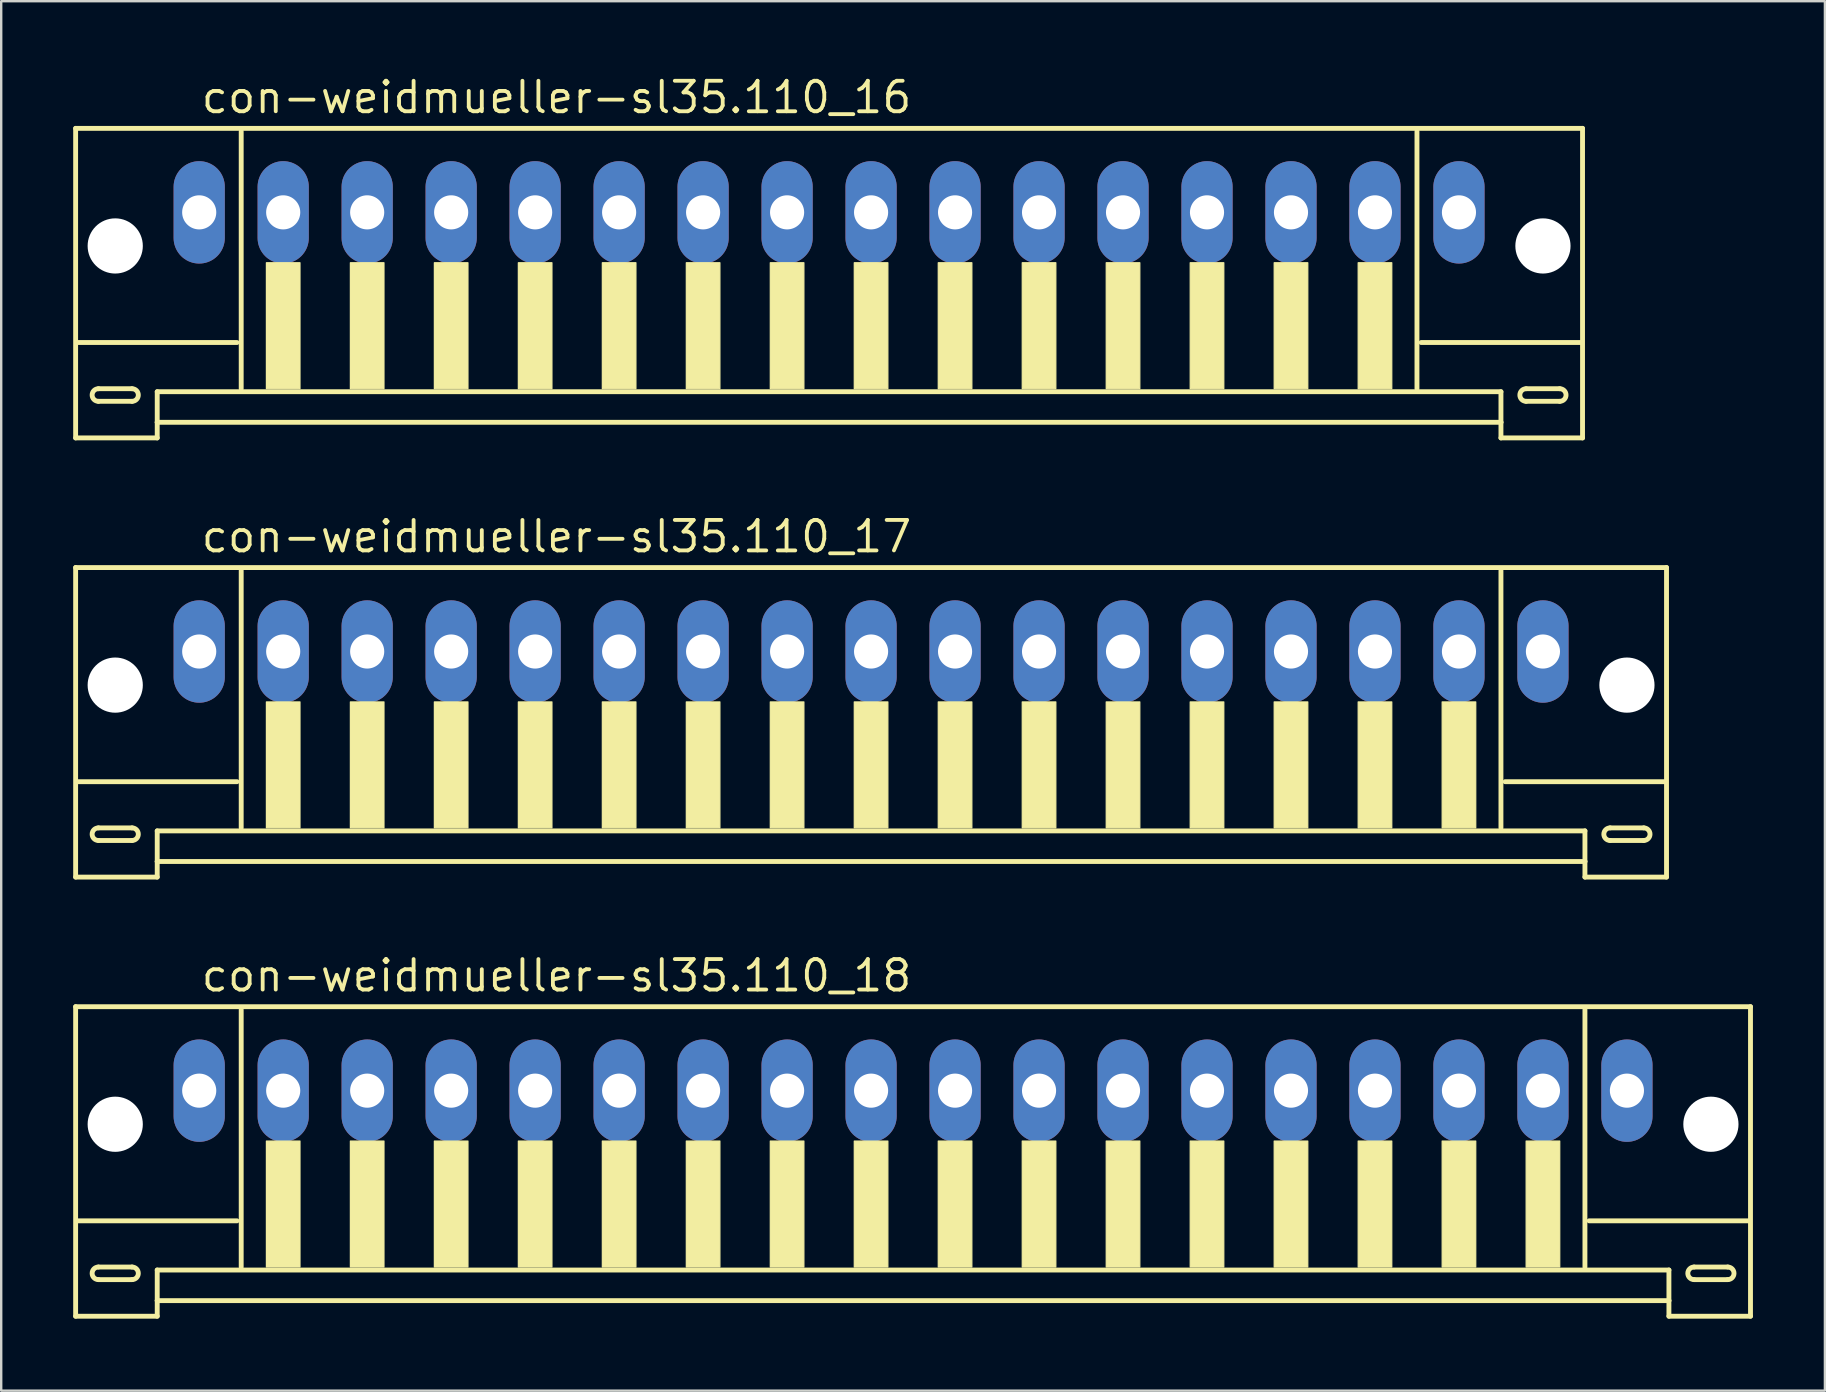
<source format=kicad_pcb>
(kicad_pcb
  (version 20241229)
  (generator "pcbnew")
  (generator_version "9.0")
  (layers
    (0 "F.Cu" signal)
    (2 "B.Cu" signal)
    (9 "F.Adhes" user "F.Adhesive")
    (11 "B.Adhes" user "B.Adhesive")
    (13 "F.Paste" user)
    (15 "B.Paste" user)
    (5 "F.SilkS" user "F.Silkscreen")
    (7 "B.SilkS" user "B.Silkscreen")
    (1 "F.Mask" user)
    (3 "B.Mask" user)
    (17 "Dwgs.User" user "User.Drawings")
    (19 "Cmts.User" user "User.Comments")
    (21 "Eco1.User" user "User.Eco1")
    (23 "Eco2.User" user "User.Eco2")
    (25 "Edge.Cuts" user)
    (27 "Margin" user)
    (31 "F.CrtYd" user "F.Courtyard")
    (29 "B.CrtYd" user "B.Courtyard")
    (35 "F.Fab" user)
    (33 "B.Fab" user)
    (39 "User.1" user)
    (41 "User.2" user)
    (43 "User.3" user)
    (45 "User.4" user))
  (footprint "con-weidmueller-sl35.110_18"
    (layer "F.Cu")
    (at 35.002 44.153)
    (property "Reference" "con-weidmueller-sl35.110_18" (at -29.75 -5.8 0) (layer "F.SilkS") (effects (font (size 1.27 1.27) (thickness 0.16)) (justify left bottom)))
    (attr through_hole)
    (fp_line (start -34.9 -5.25) (end -34.9 7.65) (stroke (width 0.203) (type default)) (layer "F.SilkS"))
    (fp_line (start -34.9 7.65) (end -31.5 7.65) (stroke (width 0.203) (type default)) (layer "F.SilkS"))
    (fp_line (start -33.95 5.6) (end -32.55 5.6) (stroke (width 0.203) (type default)) (layer "F.SilkS"))
    (fp_line (start -32.55 6.125) (end -33.95 6.125) (stroke (width 0.203) (type default)) (layer "F.SilkS"))
    (fp_line (start -31.5 5.725) (end 31.5 5.725) (stroke (width 0.203) (type default)) (layer "F.SilkS"))
    (fp_line (start -31.5 7) (end -31.5 5.725) (stroke (width 0.203) (type default)) (layer "F.SilkS"))
    (fp_line (start -31.5 7) (end 31.5 7) (stroke (width 0.203) (type default)) (layer "F.SilkS"))
    (fp_line (start -31.5 7.65) (end -31.5 7) (stroke (width 0.203) (type default)) (layer "F.SilkS"))
    (fp_line (start -28.175 3.675) (end -34.825 3.675) (stroke (width 0.203) (type default)) (layer "F.SilkS"))
    (fp_line (start -28 -5.125) (end -28 5.6) (stroke (width 0.203) (type default)) (layer "F.SilkS"))
    (fp_line (start 28 5.6) (end 28 -5.125) (stroke (width 0.203) (type default)) (layer "F.SilkS"))
    (fp_line (start 31.5 5.725) (end 31.5 7) (stroke (width 0.203) (type default)) (layer "F.SilkS"))
    (fp_line (start 31.5 7) (end 31.5 7.65) (stroke (width 0.203) (type default)) (layer "F.SilkS"))
    (fp_line (start 31.5 7.65) (end 34.9 7.65) (stroke (width 0.203) (type default)) (layer "F.SilkS"))
    (fp_line (start 32.55 5.6) (end 33.95 5.6) (stroke (width 0.203) (type default)) (layer "F.SilkS"))
    (fp_line (start 33.95 6.125) (end 32.55 6.125) (stroke (width 0.203) (type default)) (layer "F.SilkS"))
    (fp_line (start 34.825 3.675) (end 28.175 3.675) (stroke (width 0.203) (type default)) (layer "F.SilkS"))
    (fp_line (start 34.9 -5.25) (end -34.9 -5.25) (stroke (width 0.203) (type default)) (layer "F.SilkS"))
    (fp_line (start 34.9 7.65) (end 34.9 -5.25) (stroke (width 0.203) (type default)) (layer "F.SilkS"))
    (fp_rect (start -26.95 5.6) (end -25.55 0.35) (stroke (width 0.05) (type default)) (fill yes) (layer "F.SilkS"))
    (fp_rect (start -23.45 5.6) (end -22.05 0.35) (stroke (width 0.05) (type default)) (fill yes) (layer "F.SilkS"))
    (fp_rect (start -19.95 5.6) (end -18.55 0.35) (stroke (width 0.05) (type default)) (fill yes) (layer "F.SilkS"))
    (fp_rect (start -16.45 5.6) (end -15.05 0.35) (stroke (width 0.05) (type default)) (fill yes) (layer "F.SilkS"))
    (fp_rect (start -12.95 5.6) (end -11.55 0.35) (stroke (width 0.05) (type default)) (fill yes) (layer "F.SilkS"))
    (fp_rect (start -9.45 5.6) (end -8.05 0.35) (stroke (width 0.05) (type default)) (fill yes) (layer "F.SilkS"))
    (fp_rect (start -5.95 5.6) (end -4.55 0.35) (stroke (width 0.05) (type default)) (fill yes) (layer "F.SilkS"))
    (fp_rect (start -2.45 5.6) (end -1.05 0.35) (stroke (width 0.05) (type default)) (fill yes) (layer "F.SilkS"))
    (fp_rect (start 1.05 5.6) (end 2.45 0.35) (stroke (width 0.05) (type default)) (fill yes) (layer "F.SilkS"))
    (fp_rect (start 4.55 5.6) (end 5.95 0.35) (stroke (width 0.05) (type default)) (fill yes) (layer "F.SilkS"))
    (fp_rect (start 8.05 5.6) (end 9.45 0.35) (stroke (width 0.05) (type default)) (fill yes) (layer "F.SilkS"))
    (fp_rect (start 11.55 5.6) (end 12.95 0.35) (stroke (width 0.05) (type default)) (fill yes) (layer "F.SilkS"))
    (fp_rect (start 15.05 5.6) (end 16.45 0.35) (stroke (width 0.05) (type default)) (fill yes) (layer "F.SilkS"))
    (fp_rect (start 18.55 5.6) (end 19.95 0.35) (stroke (width 0.05) (type default)) (fill yes) (layer "F.SilkS"))
    (fp_rect (start 22.05 5.6) (end 23.45 0.35) (stroke (width 0.05) (type default)) (fill yes) (layer "F.SilkS"))
    (fp_rect (start 25.55 5.6) (end 26.95 0.35) (stroke (width 0.05) (type default)) (fill yes) (layer "F.SilkS"))
    (fp_arc (start -33.95 6.125) (mid -34.2125 5.8625) (end -33.95 5.6) (stroke (width 0.2032) (type default)) (layer "F.SilkS"))
    (fp_arc (start -32.55 5.6) (mid -32.2875 5.8625) (end -32.55 6.125) (stroke (width 0.2032) (type default)) (layer "F.SilkS"))
    (fp_arc (start 32.55 6.125) (mid 32.2875 5.8625) (end 32.55 5.6) (stroke (width 0.2032) (type default)) (layer "F.SilkS"))
    (fp_arc (start 33.95 5.6) (mid 34.2125 5.8625) (end 33.95 6.125) (stroke (width 0.2032) (type default)) (layer "F.SilkS"))
    (pad "" np_thru_hole circle (at -33.25 -0.35) (size 2.3 2.3) (drill 2.3) (layers "*.Cu" "*.Mask"))
    (pad "" np_thru_hole circle (at 33.25 -0.35) (size 2.3 2.3) (drill 2.3) (layers "*.Cu" "*.Mask"))
    (pad "1" thru_hole oval (at -29.75 -1.75 90) (size 4.267 2.134) (drill 1.422) (layers "*.Cu" "*.Mask"))
    (pad "2" thru_hole oval (at -26.25 -1.75 90) (size 4.267 2.134) (drill 1.422) (layers "*.Cu" "*.Mask"))
    (pad "3" thru_hole oval (at -22.75 -1.75 90) (size 4.267 2.134) (drill 1.422) (layers "*.Cu" "*.Mask"))
    (pad "4" thru_hole oval (at -19.25 -1.75 90) (size 4.267 2.134) (drill 1.422) (layers "*.Cu" "*.Mask"))
    (pad "5" thru_hole oval (at -15.75 -1.75 90) (size 4.267 2.134) (drill 1.422) (layers "*.Cu" "*.Mask"))
    (pad "6" thru_hole oval (at -12.25 -1.75 90) (size 4.267 2.134) (drill 1.422) (layers "*.Cu" "*.Mask"))
    (pad "7" thru_hole oval (at -8.75 -1.75 90) (size 4.267 2.134) (drill 1.422) (layers "*.Cu" "*.Mask"))
    (pad "8" thru_hole oval (at -5.25 -1.75 90) (size 4.267 2.134) (drill 1.422) (layers "*.Cu" "*.Mask"))
    (pad "9" thru_hole oval (at -1.75 -1.75 90) (size 4.267 2.134) (drill 1.422) (layers "*.Cu" "*.Mask"))
    (pad "10" thru_hole oval (at 1.75 -1.75 90) (size 4.267 2.134) (drill 1.422) (layers "*.Cu" "*.Mask"))
    (pad "11" thru_hole oval (at 5.25 -1.75 90) (size 4.267 2.134) (drill 1.422) (layers "*.Cu" "*.Mask"))
    (pad "12" thru_hole oval (at 8.75 -1.75 90) (size 4.267 2.134) (drill 1.422) (layers "*.Cu" "*.Mask"))
    (pad "13" thru_hole oval (at 12.25 -1.75 90) (size 4.267 2.134) (drill 1.422) (layers "*.Cu" "*.Mask"))
    (pad "14" thru_hole oval (at 15.75 -1.75 90) (size 4.267 2.134) (drill 1.422) (layers "*.Cu" "*.Mask"))
    (pad "15" thru_hole oval (at 19.25 -1.75 90) (size 4.267 2.134) (drill 1.422) (layers "*.Cu" "*.Mask"))
    (pad "16" thru_hole oval (at 22.75 -1.75 90) (size 4.267 2.134) (drill 1.422) (layers "*.Cu" "*.Mask"))
    (pad "17" thru_hole oval (at 26.25 -1.75 90) (size 4.267 2.134) (drill 1.422) (layers "*.Cu" "*.Mask"))
    (pad "18" thru_hole oval (at 29.75 -1.75 90) (size 4.267 2.134) (drill 1.422) (layers "*.Cu" "*.Mask")))
  (footprint "con-weidmueller-sl35.110_16"
    (layer "F.Cu")
    (at 31.502 7.55)
    (property "Reference" "con-weidmueller-sl35.110_16" (at -26.25 -5.8 0) (layer "F.SilkS") (effects (font (size 1.27 1.27) (thickness 0.16)) (justify left bottom)))
    (attr through_hole)
    (fp_line (start -31.4 -5.25) (end -31.4 7.65) (stroke (width 0.203) (type default)) (layer "F.SilkS"))
    (fp_line (start -31.4 7.65) (end -28 7.65) (stroke (width 0.203) (type default)) (layer "F.SilkS"))
    (fp_line (start -30.45 5.6) (end -29.05 5.6) (stroke (width 0.203) (type default)) (layer "F.SilkS"))
    (fp_line (start -29.05 6.125) (end -30.45 6.125) (stroke (width 0.203) (type default)) (layer "F.SilkS"))
    (fp_line (start -28 5.725) (end 28 5.725) (stroke (width 0.203) (type default)) (layer "F.SilkS"))
    (fp_line (start -28 7) (end -28 5.725) (stroke (width 0.203) (type default)) (layer "F.SilkS"))
    (fp_line (start -28 7) (end 28 7) (stroke (width 0.203) (type default)) (layer "F.SilkS"))
    (fp_line (start -28 7.65) (end -28 7) (stroke (width 0.203) (type default)) (layer "F.SilkS"))
    (fp_line (start -24.675 3.675) (end -31.325 3.675) (stroke (width 0.203) (type default)) (layer "F.SilkS"))
    (fp_line (start -24.5 -5.125) (end -24.5 5.6) (stroke (width 0.203) (type default)) (layer "F.SilkS"))
    (fp_line (start 24.5 5.6) (end 24.5 -5.125) (stroke (width 0.203) (type default)) (layer "F.SilkS"))
    (fp_line (start 28 5.725) (end 28 7) (stroke (width 0.203) (type default)) (layer "F.SilkS"))
    (fp_line (start 28 7) (end 28 7.65) (stroke (width 0.203) (type default)) (layer "F.SilkS"))
    (fp_line (start 28 7.65) (end 31.4 7.65) (stroke (width 0.203) (type default)) (layer "F.SilkS"))
    (fp_line (start 29.05 5.6) (end 30.45 5.6) (stroke (width 0.203) (type default)) (layer "F.SilkS"))
    (fp_line (start 30.45 6.125) (end 29.05 6.125) (stroke (width 0.203) (type default)) (layer "F.SilkS"))
    (fp_line (start 31.325 3.675) (end 24.675 3.675) (stroke (width 0.203) (type default)) (layer "F.SilkS"))
    (fp_line (start 31.4 -5.25) (end -31.4 -5.25) (stroke (width 0.203) (type default)) (layer "F.SilkS"))
    (fp_line (start 31.4 7.65) (end 31.4 -5.25) (stroke (width 0.203) (type default)) (layer "F.SilkS"))
    (fp_rect (start -23.45 5.6) (end -22.05 0.35) (stroke (width 0.05) (type default)) (fill yes) (layer "F.SilkS"))
    (fp_rect (start -19.95 5.6) (end -18.55 0.35) (stroke (width 0.05) (type default)) (fill yes) (layer "F.SilkS"))
    (fp_rect (start -16.45 5.6) (end -15.05 0.35) (stroke (width 0.05) (type default)) (fill yes) (layer "F.SilkS"))
    (fp_rect (start -12.95 5.6) (end -11.55 0.35) (stroke (width 0.05) (type default)) (fill yes) (layer "F.SilkS"))
    (fp_rect (start -9.45 5.6) (end -8.05 0.35) (stroke (width 0.05) (type default)) (fill yes) (layer "F.SilkS"))
    (fp_rect (start -5.95 5.6) (end -4.55 0.35) (stroke (width 0.05) (type default)) (fill yes) (layer "F.SilkS"))
    (fp_rect (start -2.45 5.6) (end -1.05 0.35) (stroke (width 0.05) (type default)) (fill yes) (layer "F.SilkS"))
    (fp_rect (start 1.05 5.6) (end 2.45 0.35) (stroke (width 0.05) (type default)) (fill yes) (layer "F.SilkS"))
    (fp_rect (start 4.55 5.6) (end 5.95 0.35) (stroke (width 0.05) (type default)) (fill yes) (layer "F.SilkS"))
    (fp_rect (start 8.05 5.6) (end 9.45 0.35) (stroke (width 0.05) (type default)) (fill yes) (layer "F.SilkS"))
    (fp_rect (start 11.55 5.6) (end 12.95 0.35) (stroke (width 0.05) (type default)) (fill yes) (layer "F.SilkS"))
    (fp_rect (start 15.05 5.6) (end 16.45 0.35) (stroke (width 0.05) (type default)) (fill yes) (layer "F.SilkS"))
    (fp_rect (start 18.55 5.6) (end 19.95 0.35) (stroke (width 0.05) (type default)) (fill yes) (layer "F.SilkS"))
    (fp_rect (start 22.05 5.6) (end 23.45 0.35) (stroke (width 0.05) (type default)) (fill yes) (layer "F.SilkS"))
    (fp_arc (start -30.45 6.125) (mid -30.7125 5.8625) (end -30.45 5.6) (stroke (width 0.2032) (type default)) (layer "F.SilkS"))
    (fp_arc (start -29.05 5.6) (mid -28.7875 5.8625) (end -29.05 6.125) (stroke (width 0.2032) (type default)) (layer "F.SilkS"))
    (fp_arc (start 29.05 6.125) (mid 28.7875 5.8625) (end 29.05 5.6) (stroke (width 0.2032) (type default)) (layer "F.SilkS"))
    (fp_arc (start 30.45 5.6) (mid 30.7125 5.8625) (end 30.45 6.125) (stroke (width 0.2032) (type default)) (layer "F.SilkS"))
    (pad "" np_thru_hole circle (at -29.75 -0.35) (size 2.3 2.3) (drill 2.3) (layers "*.Cu" "*.Mask"))
    (pad "" np_thru_hole circle (at 29.75 -0.35) (size 2.3 2.3) (drill 2.3) (layers "*.Cu" "*.Mask"))
    (pad "1" thru_hole oval (at -26.25 -1.75 90) (size 4.267 2.134) (drill 1.422) (layers "*.Cu" "*.Mask"))
    (pad "2" thru_hole oval (at -22.75 -1.75 90) (size 4.267 2.134) (drill 1.422) (layers "*.Cu" "*.Mask"))
    (pad "3" thru_hole oval (at -19.25 -1.75 90) (size 4.267 2.134) (drill 1.422) (layers "*.Cu" "*.Mask"))
    (pad "4" thru_hole oval (at -15.75 -1.75 90) (size 4.267 2.134) (drill 1.422) (layers "*.Cu" "*.Mask"))
    (pad "5" thru_hole oval (at -12.25 -1.75 90) (size 4.267 2.134) (drill 1.422) (layers "*.Cu" "*.Mask"))
    (pad "6" thru_hole oval (at -8.75 -1.75 90) (size 4.267 2.134) (drill 1.422) (layers "*.Cu" "*.Mask"))
    (pad "7" thru_hole oval (at -5.25 -1.75 90) (size 4.267 2.134) (drill 1.422) (layers "*.Cu" "*.Mask"))
    (pad "8" thru_hole oval (at -1.75 -1.75 90) (size 4.267 2.134) (drill 1.422) (layers "*.Cu" "*.Mask"))
    (pad "9" thru_hole oval (at 1.75 -1.75 90) (size 4.267 2.134) (drill 1.422) (layers "*.Cu" "*.Mask"))
    (pad "10" thru_hole oval (at 5.25 -1.75 90) (size 4.267 2.134) (drill 1.422) (layers "*.Cu" "*.Mask"))
    (pad "11" thru_hole oval (at 8.75 -1.75 90) (size 4.267 2.134) (drill 1.422) (layers "*.Cu" "*.Mask"))
    (pad "12" thru_hole oval (at 12.25 -1.75 90) (size 4.267 2.134) (drill 1.422) (layers "*.Cu" "*.Mask"))
    (pad "13" thru_hole oval (at 15.75 -1.75 90) (size 4.267 2.134) (drill 1.422) (layers "*.Cu" "*.Mask"))
    (pad "14" thru_hole oval (at 19.25 -1.75 90) (size 4.267 2.134) (drill 1.422) (layers "*.Cu" "*.Mask"))
    (pad "15" thru_hole oval (at 22.75 -1.75 90) (size 4.267 2.134) (drill 1.422) (layers "*.Cu" "*.Mask"))
    (pad "16" thru_hole oval (at 26.25 -1.75 90) (size 4.267 2.134) (drill 1.422) (layers "*.Cu" "*.Mask")))
  (footprint "con-weidmueller-sl35.110_17"
    (layer "F.Cu")
    (at 33.252 25.852)
    (property "Reference" "con-weidmueller-sl35.110_17" (at -28 -5.8 0) (layer "F.SilkS") (effects (font (size 1.27 1.27) (thickness 0.16)) (justify left bottom)))
    (attr through_hole)
    (fp_line (start -33.15 -5.25) (end -33.15 7.65) (stroke (width 0.203) (type default)) (layer "F.SilkS"))
    (fp_line (start -33.15 7.65) (end -29.75 7.65) (stroke (width 0.203) (type default)) (layer "F.SilkS"))
    (fp_line (start -32.2 5.6) (end -30.8 5.6) (stroke (width 0.203) (type default)) (layer "F.SilkS"))
    (fp_line (start -30.8 6.125) (end -32.2 6.125) (stroke (width 0.203) (type default)) (layer "F.SilkS"))
    (fp_line (start -29.75 5.725) (end 29.75 5.725) (stroke (width 0.203) (type default)) (layer "F.SilkS"))
    (fp_line (start -29.75 7) (end -29.75 5.725) (stroke (width 0.203) (type default)) (layer "F.SilkS"))
    (fp_line (start -29.75 7) (end 29.75 7) (stroke (width 0.203) (type default)) (layer "F.SilkS"))
    (fp_line (start -29.75 7.65) (end -29.75 7) (stroke (width 0.203) (type default)) (layer "F.SilkS"))
    (fp_line (start -26.425 3.675) (end -33.075 3.675) (stroke (width 0.203) (type default)) (layer "F.SilkS"))
    (fp_line (start -26.25 -5.125) (end -26.25 5.6) (stroke (width 0.203) (type default)) (layer "F.SilkS"))
    (fp_line (start 26.25 5.6) (end 26.25 -5.125) (stroke (width 0.203) (type default)) (layer "F.SilkS"))
    (fp_line (start 29.75 5.725) (end 29.75 7) (stroke (width 0.203) (type default)) (layer "F.SilkS"))
    (fp_line (start 29.75 7) (end 29.75 7.65) (stroke (width 0.203) (type default)) (layer "F.SilkS"))
    (fp_line (start 29.75 7.65) (end 33.15 7.65) (stroke (width 0.203) (type default)) (layer "F.SilkS"))
    (fp_line (start 30.8 5.6) (end 32.2 5.6) (stroke (width 0.203) (type default)) (layer "F.SilkS"))
    (fp_line (start 32.2 6.125) (end 30.8 6.125) (stroke (width 0.203) (type default)) (layer "F.SilkS"))
    (fp_line (start 33.075 3.675) (end 26.425 3.675) (stroke (width 0.203) (type default)) (layer "F.SilkS"))
    (fp_line (start 33.15 -5.25) (end -33.15 -5.25) (stroke (width 0.203) (type default)) (layer "F.SilkS"))
    (fp_line (start 33.15 7.65) (end 33.15 -5.25) (stroke (width 0.203) (type default)) (layer "F.SilkS"))
    (fp_rect (start -25.2 5.6) (end -23.8 0.35) (stroke (width 0.05) (type default)) (fill yes) (layer "F.SilkS"))
    (fp_rect (start -21.7 5.6) (end -20.3 0.35) (stroke (width 0.05) (type default)) (fill yes) (layer "F.SilkS"))
    (fp_rect (start -18.2 5.6) (end -16.8 0.35) (stroke (width 0.05) (type default)) (fill yes) (layer "F.SilkS"))
    (fp_rect (start -14.7 5.6) (end -13.3 0.35) (stroke (width 0.05) (type default)) (fill yes) (layer "F.SilkS"))
    (fp_rect (start -11.2 5.6) (end -9.8 0.35) (stroke (width 0.05) (type default)) (fill yes) (layer "F.SilkS"))
    (fp_rect (start -7.7 5.6) (end -6.3 0.35) (stroke (width 0.05) (type default)) (fill yes) (layer "F.SilkS"))
    (fp_rect (start -4.2 5.6) (end -2.8 0.35) (stroke (width 0.05) (type default)) (fill yes) (layer "F.SilkS"))
    (fp_rect (start -0.7 5.6) (end 0.7 0.35) (stroke (width 0.05) (type default)) (fill yes) (layer "F.SilkS"))
    (fp_rect (start 2.8 5.6) (end 4.2 0.35) (stroke (width 0.05) (type default)) (fill yes) (layer "F.SilkS"))
    (fp_rect (start 6.3 5.6) (end 7.7 0.35) (stroke (width 0.05) (type default)) (fill yes) (layer "F.SilkS"))
    (fp_rect (start 9.8 5.6) (end 11.2 0.35) (stroke (width 0.05) (type default)) (fill yes) (layer "F.SilkS"))
    (fp_rect (start 13.3 5.6) (end 14.7 0.35) (stroke (width 0.05) (type default)) (fill yes) (layer "F.SilkS"))
    (fp_rect (start 16.8 5.6) (end 18.2 0.35) (stroke (width 0.05) (type default)) (fill yes) (layer "F.SilkS"))
    (fp_rect (start 20.3 5.6) (end 21.7 0.35) (stroke (width 0.05) (type default)) (fill yes) (layer "F.SilkS"))
    (fp_rect (start 23.8 5.6) (end 25.2 0.35) (stroke (width 0.05) (type default)) (fill yes) (layer "F.SilkS"))
    (fp_arc (start -32.2 6.125) (mid -32.4625 5.8625) (end -32.2 5.6) (stroke (width 0.2032) (type default)) (layer "F.SilkS"))
    (fp_arc (start -30.8 5.6) (mid -30.5375 5.8625) (end -30.8 6.125) (stroke (width 0.2032) (type default)) (layer "F.SilkS"))
    (fp_arc (start 30.8 6.125) (mid 30.5375 5.8625) (end 30.8 5.6) (stroke (width 0.2032) (type default)) (layer "F.SilkS"))
    (fp_arc (start 32.2 5.6) (mid 32.4625 5.8625) (end 32.2 6.125) (stroke (width 0.2032) (type default)) (layer "F.SilkS"))
    (pad "" np_thru_hole circle (at -31.5 -0.35) (size 2.3 2.3) (drill 2.3) (layers "*.Cu" "*.Mask"))
    (pad "" np_thru_hole circle (at 31.5 -0.35) (size 2.3 2.3) (drill 2.3) (layers "*.Cu" "*.Mask"))
    (pad "1" thru_hole oval (at -28 -1.75 90) (size 4.267 2.134) (drill 1.422) (layers "*.Cu" "*.Mask"))
    (pad "2" thru_hole oval (at -24.5 -1.75 90) (size 4.267 2.134) (drill 1.422) (layers "*.Cu" "*.Mask"))
    (pad "3" thru_hole oval (at -21 -1.75 90) (size 4.267 2.134) (drill 1.422) (layers "*.Cu" "*.Mask"))
    (pad "4" thru_hole oval (at -17.5 -1.75 90) (size 4.267 2.134) (drill 1.422) (layers "*.Cu" "*.Mask"))
    (pad "5" thru_hole oval (at -14 -1.75 90) (size 4.267 2.134) (drill 1.422) (layers "*.Cu" "*.Mask"))
    (pad "6" thru_hole oval (at -10.5 -1.75 90) (size 4.267 2.134) (drill 1.422) (layers "*.Cu" "*.Mask"))
    (pad "7" thru_hole oval (at -7 -1.75 90) (size 4.267 2.134) (drill 1.422) (layers "*.Cu" "*.Mask"))
    (pad "8" thru_hole oval (at -3.5 -1.75 90) (size 4.267 2.134) (drill 1.422) (layers "*.Cu" "*.Mask"))
    (pad "9" thru_hole oval (at 0 -1.75 90) (size 4.267 2.134) (drill 1.422) (layers "*.Cu" "*.Mask"))
    (pad "10" thru_hole oval (at 3.5 -1.75 90) (size 4.267 2.134) (drill 1.422) (layers "*.Cu" "*.Mask"))
    (pad "11" thru_hole oval (at 7 -1.75 90) (size 4.267 2.134) (drill 1.422) (layers "*.Cu" "*.Mask"))
    (pad "12" thru_hole oval (at 10.5 -1.75 90) (size 4.267 2.134) (drill 1.422) (layers "*.Cu" "*.Mask"))
    (pad "13" thru_hole oval (at 14 -1.75 90) (size 4.267 2.134) (drill 1.422) (layers "*.Cu" "*.Mask"))
    (pad "14" thru_hole oval (at 17.5 -1.75 90) (size 4.267 2.134) (drill 1.422) (layers "*.Cu" "*.Mask"))
    (pad "15" thru_hole oval (at 21 -1.75 90) (size 4.267 2.134) (drill 1.422) (layers "*.Cu" "*.Mask"))
    (pad "16" thru_hole oval (at 24.5 -1.75 90) (size 4.267 2.134) (drill 1.422) (layers "*.Cu" "*.Mask"))
    (pad "17" thru_hole oval (at 28 -1.75 90) (size 4.267 2.134) (drill 1.422) (layers "*.Cu" "*.Mask")))
  (gr_rect
    (start -3 -3)
    (end 73.003 54.905)
    (stroke (width 0.1) (type default))
    (fill no)
    (layer "Edge.Cuts")))
</source>
